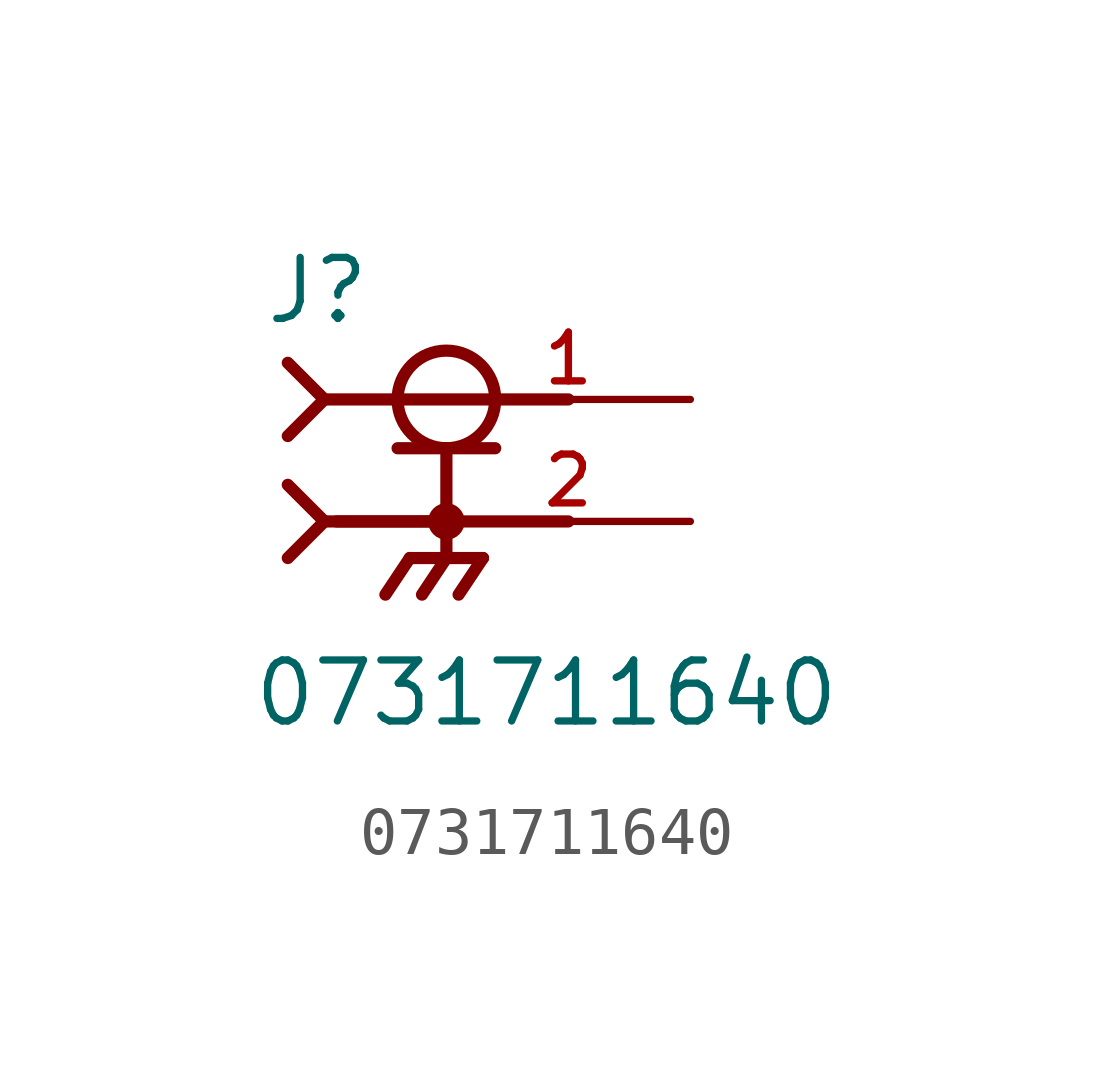
<source format=kicad_sym>
(kicad_symbol_lib
  (version 20220914)
  (generator kicad_symbol_editor)
  (symbol "0731711640"
    (pin_names
      (offset 1.016))
    (property "Reference" "J"
      (at -3.81 4.064 0)
      (effects (font (size 1.27 1.27)) (justify left bottom)))
    (property "Value" "0731711640"
      (at -4.064 -4.318 0)
      (effects (font (size 1.27 1.27)) (justify left bottom)))
    (symbol "0731711640_0_0"
      (polyline (pts (xy -3.302 -0.762) (xy -2.54 0)) (stroke (width 0.254) (type default)) (fill (type none)))
      (polyline (pts (xy -3.302 0.762) (xy -2.54 0)) (stroke (width 0.254) (type default)) (fill (type none)))
      (polyline (pts (xy -3.302 1.778) (xy -2.54 2.54)) (stroke (width 0.254) (type default)) (fill (type none)))
      (polyline (pts (xy -3.302 3.302) (xy -2.54 2.54)) (stroke (width 0.254) (type default)) (fill (type none)))
      (polyline (pts (xy -2.54 0) (xy 0 0)) (stroke (width 0.254) (type default)) (fill (type none)))
      (polyline (pts (xy -2.54 2.54) (xy 2.54 2.54)) (stroke (width 0.254) (type default)) (fill (type none)))
      (polyline (pts (xy -1.016 1.524) (xy 0 1.524)) (stroke (width 0.254) (type default)) (fill (type none)))
      (polyline (pts (xy -0.762 -0.762) (xy -1.27 -1.524)) (stroke (width 0.254) (type default)) (fill (type none)))
      (polyline (pts (xy 0 -0.762) (xy -0.762 -0.762)) (stroke (width 0.254) (type default)) (fill (type none)))
      (polyline (pts (xy 0 -0.762) (xy -0.508 -1.524)) (stroke (width 0.254) (type default)) (fill (type none)))
      (polyline (pts (xy 0 -0.762) (xy 0.762 -0.762)) (stroke (width 0.254) (type default)) (fill (type none)))
      (polyline (pts (xy 0 0) (xy -2.286 0)) (stroke (width 0.254) (type default)) (fill (type none)))
      (polyline (pts (xy 0 0) (xy 0 -0.762)) (stroke (width 0.254) (type default)) (fill (type none)))
      (polyline (pts (xy 0 1.524) (xy 0 0)) (stroke (width 0.254) (type default)) (fill (type none)))
      (polyline (pts (xy 0 1.524) (xy 1.016 1.524)) (stroke (width 0.254) (type default)) (fill (type none)))
      (polyline (pts (xy 0.762 -0.762) (xy 0.254 -1.524)) (stroke (width 0.254) (type default)) (fill (type none)))
      (polyline (pts (xy 2.54 0) (xy 0 0)) (stroke (width 0.254) (type default)) (fill (type none)))
      (circle (center 0 0) (radius 0.254) (stroke (width 0.254) (type default)) (fill (type none)))
      (circle (center 0 2.54) (radius 1.016) (stroke (width 0.254) (type default)) (fill (type none)))
      (pin passive line (at 5.08 2.54 180) (length 5.08) (name "~" (effects (font (size 1.016 1.016)))) (number "1" (effects (font (size 1.016 1.016)))))
      (pin passive line (at 5.08 0 180) (length 5.08) (name "~" (effects (font (size 1.016 1.016)))) (number "2" (effects (font (size 1.016 1.016))))))))
</source>
